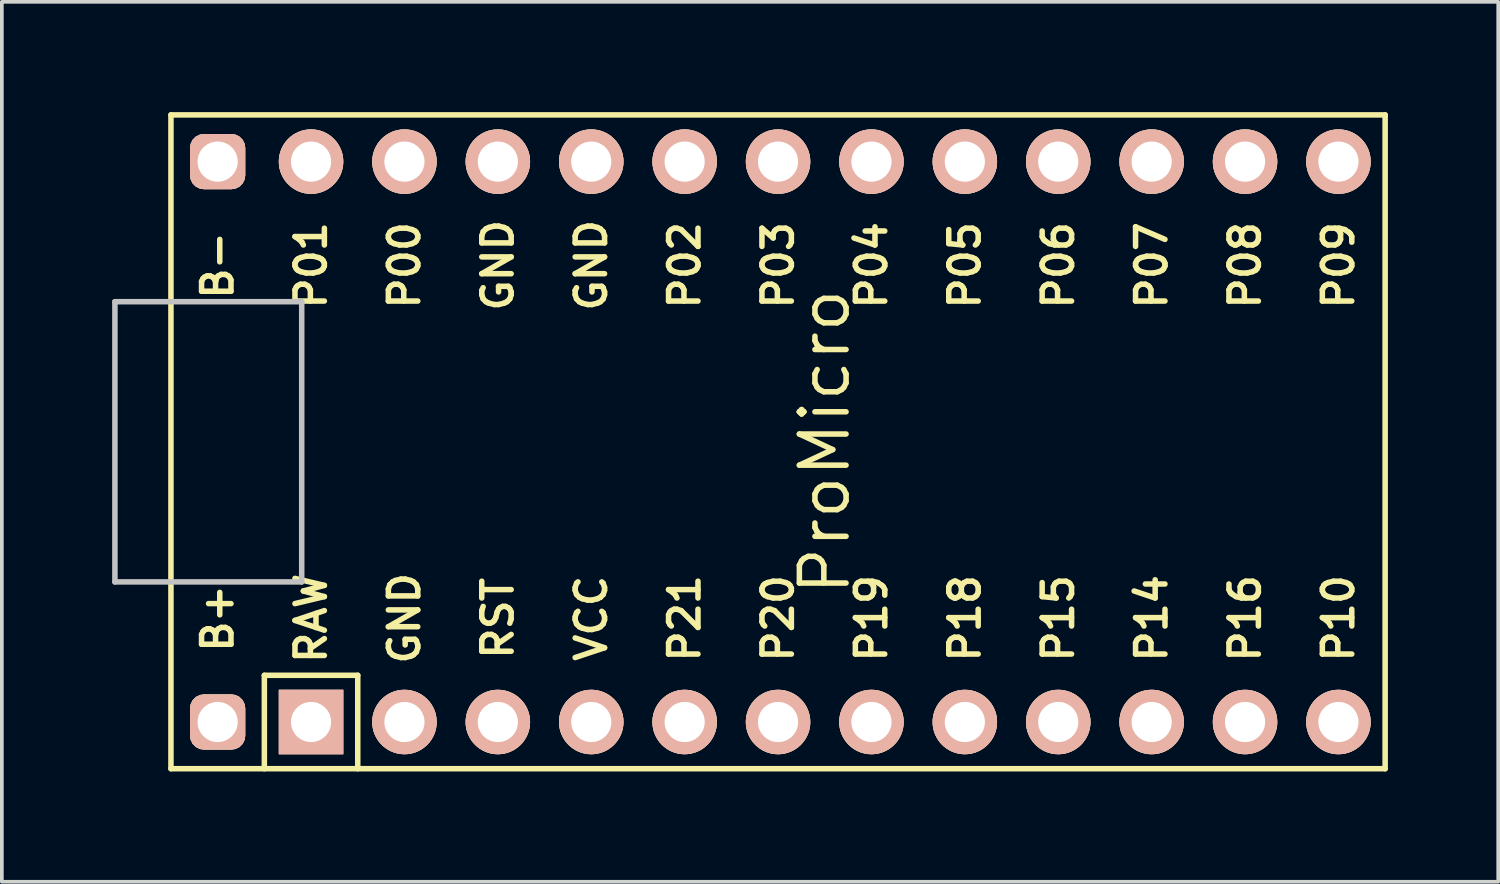
<source format=kicad_pcb>
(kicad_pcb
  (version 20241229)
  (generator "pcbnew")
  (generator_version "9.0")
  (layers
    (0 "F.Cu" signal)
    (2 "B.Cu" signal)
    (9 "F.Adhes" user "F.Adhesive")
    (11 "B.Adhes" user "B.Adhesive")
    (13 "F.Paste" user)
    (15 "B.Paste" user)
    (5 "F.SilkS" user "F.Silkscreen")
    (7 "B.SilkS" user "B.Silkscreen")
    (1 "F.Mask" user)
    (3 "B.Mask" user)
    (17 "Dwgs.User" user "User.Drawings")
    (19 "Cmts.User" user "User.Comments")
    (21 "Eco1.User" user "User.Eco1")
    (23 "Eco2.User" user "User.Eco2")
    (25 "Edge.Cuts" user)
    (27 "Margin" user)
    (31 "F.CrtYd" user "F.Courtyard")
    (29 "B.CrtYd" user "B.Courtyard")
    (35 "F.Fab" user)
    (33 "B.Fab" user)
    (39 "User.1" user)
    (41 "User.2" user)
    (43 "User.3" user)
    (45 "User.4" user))
  (footprint "ProMicro"
    (layer "F.Cu")
    (at 19.379 8.965)
    (property "Reference" "ProMicro" (at 0 0 90) (layer "F.SilkS") (effects (font (size 1.27 1.27) (thickness 0.15))))
    (attr through_hole)
    (fp_line (start -17.78 -8.89) (end -17.78 8.89) (stroke (width 0.15) (type solid)) (layer "F.SilkS"))
    (fp_line (start -17.78 8.89) (end 15.24 8.89) (stroke (width 0.15) (type solid)) (layer "F.SilkS"))
    (fp_line (start -15.24 6.35) (end -15.24 8.89) (stroke (width 0.15) (type solid)) (layer "F.SilkS"))
    (fp_line (start -15.24 6.35) (end -12.7 6.35) (stroke (width 0.15) (type solid)) (layer "F.SilkS"))
    (fp_line (start -12.7 6.35) (end -12.7 8.89) (stroke (width 0.15) (type solid)) (layer "F.SilkS"))
    (fp_line (start 15.24 -8.89) (end -17.78 -8.89) (stroke (width 0.15) (type solid)) (layer "F.SilkS"))
    (fp_line (start 15.24 8.89) (end 15.24 -8.89) (stroke (width 0.15) (type solid)) (layer "F.SilkS"))
    (fp_line (start -19.304 -3.81) (end -14.224 -3.81) (stroke (width 0.15) (type solid)) (layer "Dwgs.User"))
    (fp_line (start -19.304 3.81) (end -19.304 -3.81) (stroke (width 0.15) (type solid)) (layer "Dwgs.User"))
    (fp_line (start -14.224 -3.81) (end -14.224 3.81) (stroke (width 0.15) (type solid)) (layer "Dwgs.User"))
    (fp_line (start -14.224 3.81) (end -19.304 3.81) (stroke (width 0.15) (type solid)) (layer "Dwgs.User"))
    (fp_text user "GND" (at -6.35 -4.8 90) (layer "F.SilkS") (effects (font (size 0.8 0.8) (thickness 0.15))))
    (fp_text user "B-" (at -16.51 -4.8 90) (layer "F.SilkS") (effects (font (size 0.8 0.8) (thickness 0.15))))
    (fp_text user "P21" (at -3.81 4.8 90) (layer "F.SilkS") (effects (font (size 0.8 0.8) (thickness 0.15))))
    (fp_text user "GND" (at -8.89 -4.8 90) (layer "F.SilkS") (effects (font (size 0.8 0.8) (thickness 0.15))))
    (fp_text user "GND" (at -11.43 4.8 90) (layer "F.SilkS") (effects (font (size 0.8 0.8) (thickness 0.15))))
    (fp_text user "P14" (at 8.89 4.8 90) (layer "F.SilkS") (effects (font (size 0.8 0.8) (thickness 0.15))))
    (fp_text user "P03" (at -1.27 -4.8 90) (layer "F.SilkS") (effects (font (size 0.8 0.8) (thickness 0.15))))
    (fp_text user "B+" (at -16.51 4.8 90) (layer "F.SilkS") (effects (font (size 0.8 0.8) (thickness 0.15))))
    (fp_text user "P08" (at 11.43 -4.8 90) (layer "F.SilkS") (effects (font (size 0.8 0.8) (thickness 0.15))))
    (fp_text user "P19" (at 1.27 4.8 90) (layer "F.SilkS") (effects (font (size 0.8 0.8) (thickness 0.15))))
    (fp_text user "P07" (at 8.89 -4.8 90) (layer "F.SilkS") (effects (font (size 0.8 0.8) (thickness 0.15))))
    (fp_text user "VCC" (at -6.35 4.8 90) (layer "F.SilkS") (effects (font (size 0.8 0.8) (thickness 0.15))))
    (fp_text user "P06" (at 6.35 -4.8 90) (layer "F.SilkS") (effects (font (size 0.8 0.8) (thickness 0.15))))
    (fp_text user "P00" (at -11.43 -4.8 90) (layer "F.SilkS") (effects (font (size 0.8 0.8) (thickness 0.15))))
    (fp_text user "P16" (at 11.43 4.8 90) (layer "F.SilkS") (effects (font (size 0.8 0.8) (thickness 0.15))))
    (fp_text user "RST" (at -8.89 4.8 90) (layer "F.SilkS") (effects (font (size 0.8 0.8) (thickness 0.15))))
    (fp_text user "P20" (at -1.27 4.8 90) (layer "F.SilkS") (effects (font (size 0.8 0.8) (thickness 0.15))))
    (fp_text user "P18" (at 3.81 4.8 90) (layer "F.SilkS") (effects (font (size 0.8 0.8) (thickness 0.15))))
    (fp_text user "RAW" (at -13.97 4.8 90) (layer "F.SilkS") (effects (font (size 0.8 0.8) (thickness 0.15))))
    (fp_text user "P15" (at 6.35 4.8 90) (layer "F.SilkS") (effects (font (size 0.8 0.8) (thickness 0.15))))
    (fp_text user "P05" (at 3.81 -4.8 90) (layer "F.SilkS") (effects (font (size 0.8 0.8) (thickness 0.15))))
    (fp_text user "P04" (at 1.27 -4.8 90) (layer "F.SilkS") (effects (font (size 0.8 0.8) (thickness 0.15))))
    (fp_text user "P10" (at 13.97 4.8 90) (layer "F.SilkS") (effects (font (size 0.8 0.8) (thickness 0.15))))
    (fp_text user "P01" (at -13.97 -4.8 90) (layer "F.SilkS") (effects (font (size 0.8 0.8) (thickness 0.15))))
    (fp_text user "P09" (at 13.97 -4.8 90) (layer "F.SilkS") (effects (font (size 0.8 0.8) (thickness 0.15))))
    (fp_text user "P02" (at -3.81 -4.8 90) (layer "F.SilkS") (effects (font (size 0.8 0.8) (thickness 0.15))))
    (pad "1" thru_hole rect (at -13.97 7.62) (size 1.753 1.753) (drill 1.092) (layers "*.Cu" "*.SilkS" "*.Mask"))
    (pad "2" thru_hole circle (at -11.43 7.62 90) (size 1.753 1.753) (drill 1.092) (layers "*.Cu" "*.SilkS" "*.Mask"))
    (pad "3" thru_hole circle (at -8.89 7.62 90) (size 1.753 1.753) (drill 1.092) (layers "*.Cu" "*.SilkS" "*.Mask"))
    (pad "4" thru_hole circle (at -6.35 7.62 90) (size 1.753 1.753) (drill 1.092) (layers "*.Cu" "*.SilkS" "*.Mask"))
    (pad "5" thru_hole circle (at -3.81 7.62 90) (size 1.753 1.753) (drill 1.092) (layers "*.Cu" "*.SilkS" "*.Mask"))
    (pad "6" thru_hole circle (at -1.27 7.62 90) (size 1.753 1.753) (drill 1.092) (layers "*.Cu" "*.SilkS" "*.Mask"))
    (pad "7" thru_hole circle (at 1.27 7.62 90) (size 1.753 1.753) (drill 1.092) (layers "*.Cu" "*.SilkS" "*.Mask"))
    (pad "8" thru_hole circle (at 3.81 7.62 90) (size 1.753 1.753) (drill 1.092) (layers "*.Cu" "*.SilkS" "*.Mask"))
    (pad "9" thru_hole circle (at 6.35 7.62 90) (size 1.753 1.753) (drill 1.092) (layers "*.Cu" "*.SilkS" "*.Mask"))
    (pad "10" thru_hole circle (at 8.89 7.62 90) (size 1.753 1.753) (drill 1.092) (layers "*.Cu" "*.SilkS" "*.Mask"))
    (pad "11" thru_hole circle (at 11.43 7.62 90) (size 1.753 1.753) (drill 1.092) (layers "*.Cu" "*.SilkS" "*.Mask"))
    (pad "12" thru_hole circle (at 13.97 7.62 90) (size 1.753 1.753) (drill 1.092) (layers "*.Cu" "*.SilkS" "*.Mask"))
    (pad "13" thru_hole circle (at -13.97 -7.62 90) (size 1.753 1.753) (drill 1.092) (layers "*.Cu" "*.SilkS" "*.Mask"))
    (pad "14" thru_hole circle (at -11.43 -7.62 90) (size 1.753 1.753) (drill 1.092) (layers "*.Cu" "*.SilkS" "*.Mask"))
    (pad "15" thru_hole circle (at -8.89 -7.62 90) (size 1.753 1.753) (drill 1.092) (layers "*.Cu" "*.SilkS" "*.Mask"))
    (pad "16" thru_hole circle (at -6.35 -7.62 90) (size 1.753 1.753) (drill 1.092) (layers "*.Cu" "*.SilkS" "*.Mask"))
    (pad "17" thru_hole circle (at -3.81 -7.62 90) (size 1.753 1.753) (drill 1.092) (layers "*.Cu" "*.SilkS" "*.Mask"))
    (pad "18" thru_hole circle (at -1.27 -7.62 90) (size 1.753 1.753) (drill 1.092) (layers "*.Cu" "*.SilkS" "*.Mask"))
    (pad "19" thru_hole circle (at 1.27 -7.62 90) (size 1.753 1.753) (drill 1.092) (layers "*.Cu" "*.SilkS" "*.Mask"))
    (pad "20" thru_hole circle (at 3.81 -7.62 90) (size 1.753 1.753) (drill 1.092) (layers "*.Cu" "*.SilkS" "*.Mask"))
    (pad "21" thru_hole circle (at 6.35 -7.62 90) (size 1.753 1.753) (drill 1.092) (layers "*.Cu" "*.SilkS" "*.Mask"))
    (pad "22" thru_hole circle (at 8.89 -7.62 90) (size 1.753 1.753) (drill 1.092) (layers "*.Cu" "*.SilkS" "*.Mask"))
    (pad "23" thru_hole circle (at 11.43 -7.62 90) (size 1.753 1.753) (drill 1.092) (layers "*.Cu" "*.SilkS" "*.Mask"))
    (pad "24" thru_hole circle (at 13.97 -7.62 90) (size 1.753 1.753) (drill 1.092) (layers "*.Cu" "*.SilkS" "*.Mask"))
    (pad "25" thru_hole roundrect (at -16.51 -7.62 90) (size 1.5 1.5) (drill 1.092) (layers "*.Cu" "*.SilkS" "*.Mask") (roundrect_rratio 0.25))
    (pad "25" thru_hole roundrect (at -16.51 7.62 90) (size 1.5 1.5) (drill 1.092) (layers "*.Cu" "*.SilkS" "*.Mask") (roundrect_rratio 0.25)))
  (gr_rect
    (start -3 -3)
    (end 37.694 20.93)
    (stroke (width 0.1) (type default))
    (fill no)
    (layer "Edge.Cuts")))
</source>
